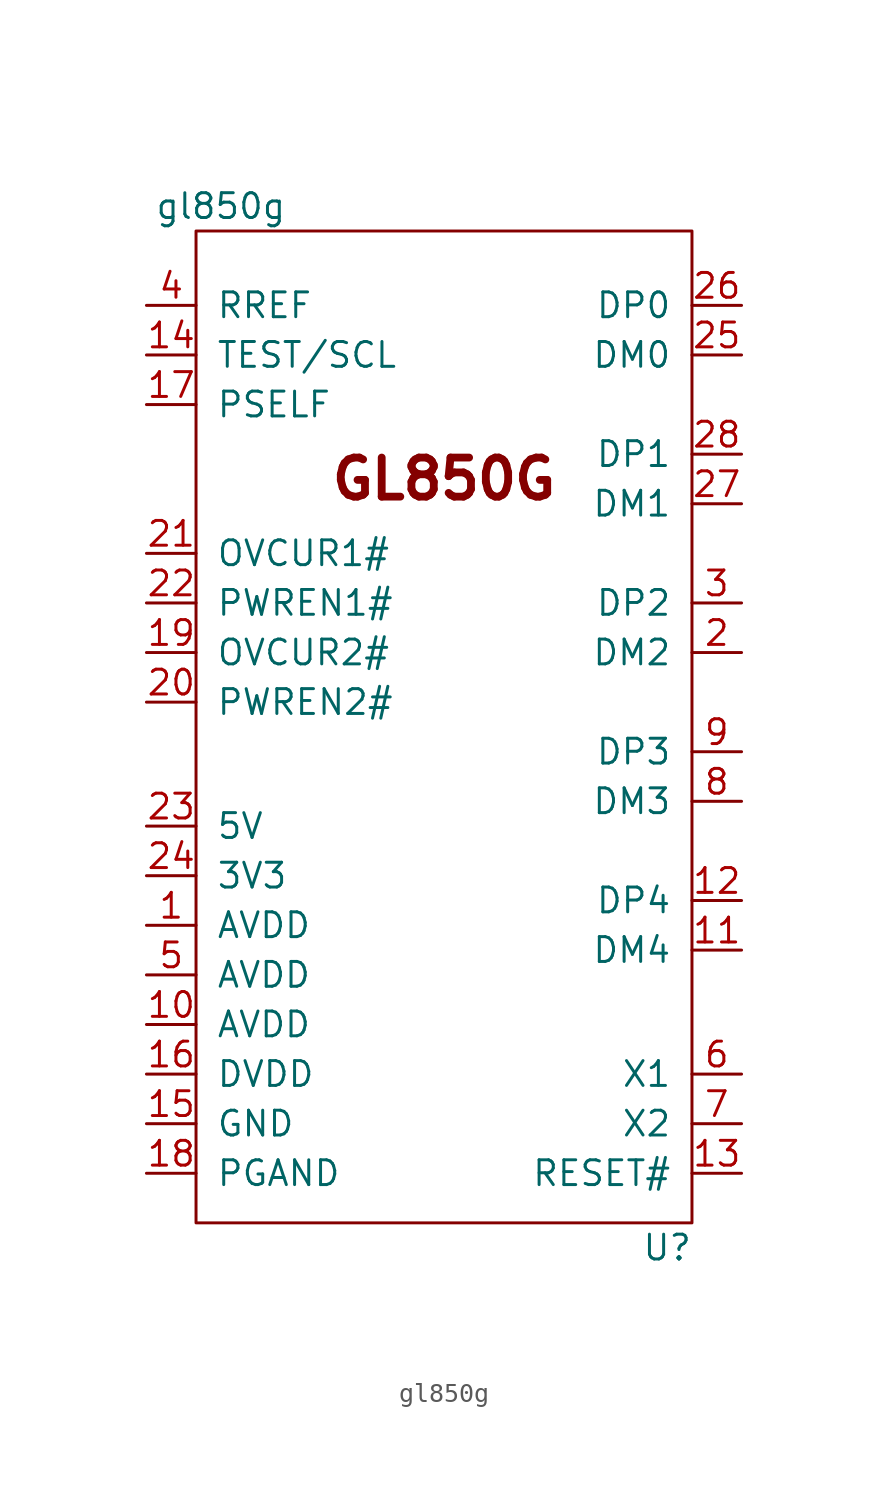
<source format=kicad_sym>
(kicad_symbol_lib
  (version 20201005)
  (generator kicad_symbol_editor)
  (symbol "gl850g:gl850g"
    (pin_names
      (offset 1.016))
    (property "Reference" "U"
      (at 11.43 -26.67 0)
      (effects (font (size 1.27 1.27))))
    (property "Value" "gl850g"
      (at -11.43 26.67 0)
      (effects (font (size 1.27 1.27))))
    (symbol "gl850g_0_0"
      (text "GL850G" (at 0 12.7 0) (effects (font (size 2 2) bold))))
    (symbol "gl850g_0_1"
      (rectangle (start -12.7 25.4) (end 12.7 -25.4) (stroke (width 0.152)) (fill (type none))))
    (symbol "gl850g_1_1"
      (pin input line (at -15.24 -10.16 0) (length 2.54) (name "AVDD" (effects (font (size 1.27 1.27)))) (number "1" (effects (font (size 1.27 1.27)))))
      (pin input line (at -15.24 -15.24 0) (length 2.54) (name "AVDD" (effects (font (size 1.27 1.27)))) (number "10" (effects (font (size 1.27 1.27)))))
      (pin input line (at 15.24 -11.43 180) (length 2.54) (name "DM4" (effects (font (size 1.27 1.27)))) (number "11" (effects (font (size 1.27 1.27)))))
      (pin input line (at 15.24 -8.89 180) (length 2.54) (name "DP4" (effects (font (size 1.27 1.27)))) (number "12" (effects (font (size 1.27 1.27)))))
      (pin input line (at 15.24 -22.86 180) (length 2.54) (name "RESET#" (effects (font (size 1.27 1.27)))) (number "13" (effects (font (size 1.27 1.27)))))
      (pin input line (at -15.24 19.05 0) (length 2.54) (name "TEST/SCL" (effects (font (size 1.27 1.27)))) (number "14" (effects (font (size 1.27 1.27)))))
      (pin input line (at -15.24 -20.32 0) (length 2.54) (name "GND" (effects (font (size 1.27 1.27)))) (number "15" (effects (font (size 1.27 1.27)))))
      (pin input line (at -15.24 -17.78 0) (length 2.54) (name "DVDD" (effects (font (size 1.27 1.27)))) (number "16" (effects (font (size 1.27 1.27)))))
      (pin input line (at -15.24 16.51 0) (length 2.54) (name "PSELF" (effects (font (size 1.27 1.27)))) (number "17" (effects (font (size 1.27 1.27)))))
      (pin input line (at -15.24 -22.86 0) (length 2.54) (name "PGAND" (effects (font (size 1.27 1.27)))) (number "18" (effects (font (size 1.27 1.27)))))
      (pin input line (at -15.24 3.81 0) (length 2.54) (name "OVCUR2#" (effects (font (size 1.27 1.27)))) (number "19" (effects (font (size 1.27 1.27)))))
      (pin input line (at 15.24 3.81 180) (length 2.54) (name "DM2" (effects (font (size 1.27 1.27)))) (number "2" (effects (font (size 1.27 1.27)))))
      (pin input line (at -15.24 1.27 0) (length 2.54) (name "PWREN2#" (effects (font (size 1.27 1.27)))) (number "20" (effects (font (size 1.27 1.27)))))
      (pin input line (at -15.24 8.89 0) (length 2.54) (name "OVCUR1#" (effects (font (size 1.27 1.27)))) (number "21" (effects (font (size 1.27 1.27)))))
      (pin input line (at -15.24 6.35 0) (length 2.54) (name "PWREN1#" (effects (font (size 1.27 1.27)))) (number "22" (effects (font (size 1.27 1.27)))))
      (pin input line (at -15.24 -5.08 0) (length 2.54) (name "5V" (effects (font (size 1.27 1.27)))) (number "23" (effects (font (size 1.27 1.27)))))
      (pin input line (at -15.24 -7.62 0) (length 2.54) (name "3V3" (effects (font (size 1.27 1.27)))) (number "24" (effects (font (size 1.27 1.27)))))
      (pin input line (at 15.24 19.05 180) (length 2.54) (name "DM0" (effects (font (size 1.27 1.27)))) (number "25" (effects (font (size 1.27 1.27)))))
      (pin input line (at 15.24 21.59 180) (length 2.54) (name "DP0" (effects (font (size 1.27 1.27)))) (number "26" (effects (font (size 1.27 1.27)))))
      (pin input line (at 15.24 11.43 180) (length 2.54) (name "DM1" (effects (font (size 1.27 1.27)))) (number "27" (effects (font (size 1.27 1.27)))))
      (pin input line (at 15.24 13.97 180) (length 2.54) (name "DP1" (effects (font (size 1.27 1.27)))) (number "28" (effects (font (size 1.27 1.27)))))
      (pin input line (at 15.24 6.35 180) (length 2.54) (name "DP2" (effects (font (size 1.27 1.27)))) (number "3" (effects (font (size 1.27 1.27)))))
      (pin input line (at -15.24 21.59 0) (length 2.54) (name "RREF" (effects (font (size 1.27 1.27)))) (number "4" (effects (font (size 1.27 1.27)))))
      (pin input line (at -15.24 -12.7 0) (length 2.54) (name "AVDD" (effects (font (size 1.27 1.27)))) (number "5" (effects (font (size 1.27 1.27)))))
      (pin input line (at 15.24 -17.78 180) (length 2.54) (name "X1" (effects (font (size 1.27 1.27)))) (number "6" (effects (font (size 1.27 1.27)))))
      (pin input line (at 15.24 -20.32 180) (length 2.54) (name "X2" (effects (font (size 1.27 1.27)))) (number "7" (effects (font (size 1.27 1.27)))))
      (pin input line (at 15.24 -3.81 180) (length 2.54) (name "DM3" (effects (font (size 1.27 1.27)))) (number "8" (effects (font (size 1.27 1.27)))))
      (pin input line (at 15.24 -1.27 180) (length 2.54) (name "DP3" (effects (font (size 1.27 1.27)))) (number "9" (effects (font (size 1.27 1.27))))))))
</source>
